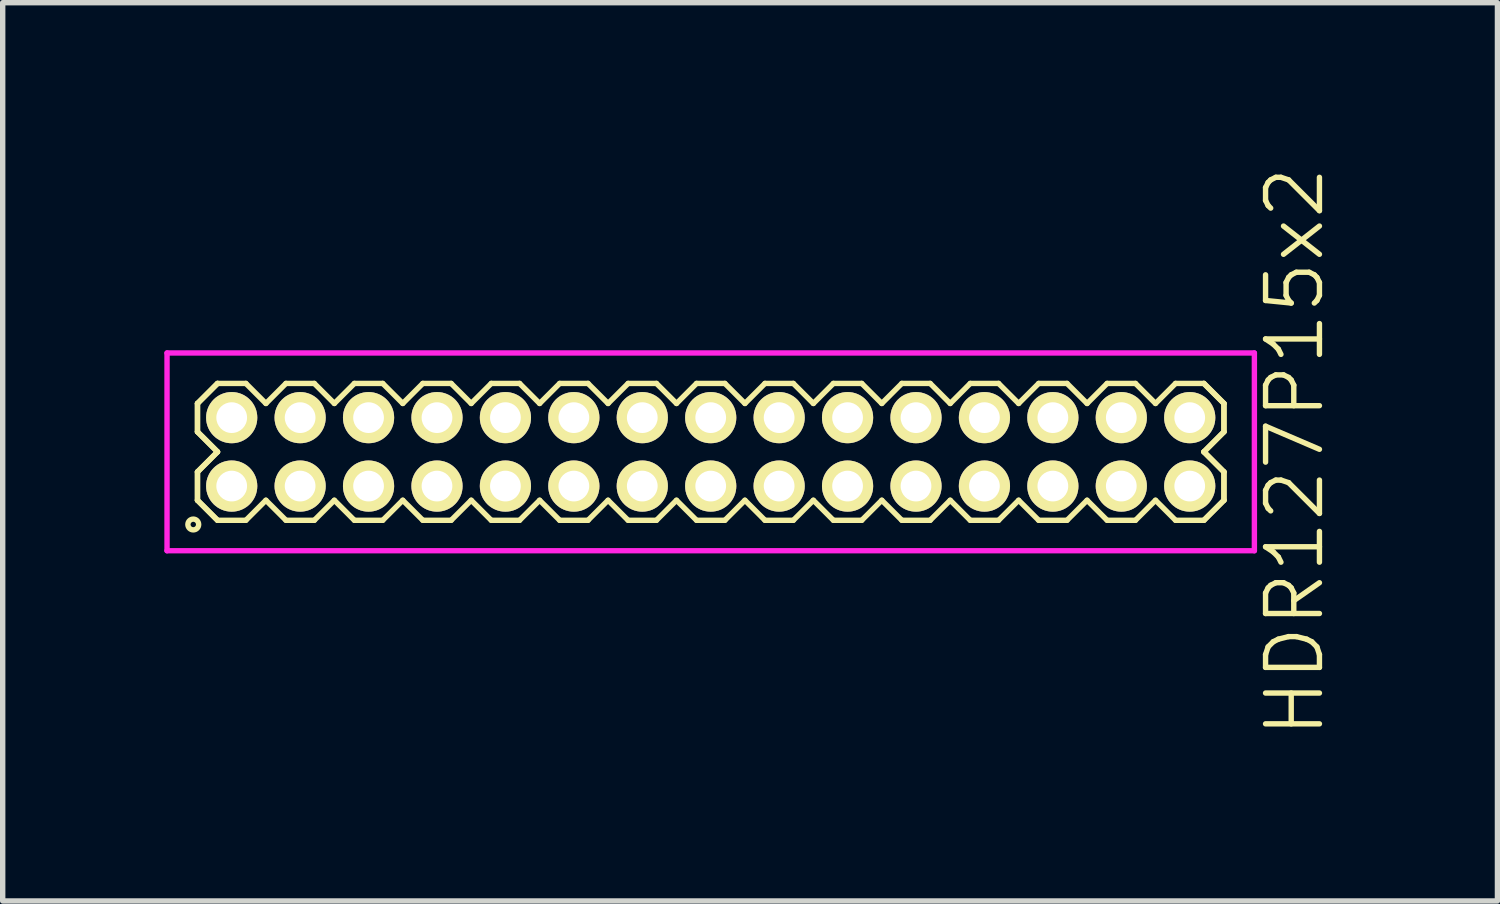
<source format=kicad_pcb>
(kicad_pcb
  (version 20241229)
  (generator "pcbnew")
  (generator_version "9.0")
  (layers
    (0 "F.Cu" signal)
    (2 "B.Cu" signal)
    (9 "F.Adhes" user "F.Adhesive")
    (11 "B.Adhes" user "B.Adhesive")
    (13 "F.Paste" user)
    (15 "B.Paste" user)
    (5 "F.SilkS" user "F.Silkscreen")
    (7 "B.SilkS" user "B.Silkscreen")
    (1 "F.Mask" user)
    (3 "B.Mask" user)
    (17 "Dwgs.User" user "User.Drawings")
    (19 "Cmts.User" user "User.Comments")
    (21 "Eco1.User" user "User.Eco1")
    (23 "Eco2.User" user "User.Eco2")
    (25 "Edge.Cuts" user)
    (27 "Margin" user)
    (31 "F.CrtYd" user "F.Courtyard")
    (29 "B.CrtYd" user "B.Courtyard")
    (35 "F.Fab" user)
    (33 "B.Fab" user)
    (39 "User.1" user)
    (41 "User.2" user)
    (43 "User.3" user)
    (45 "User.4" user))
  (footprint "HDR127P15x2"
    (layer "F.Cu")
    (at 10.14 5.336)
    (property "Reference" "HDR127P15x2" (at 10.84 0 90) (layer "F.SilkS") (effects (font (size 1 1) (thickness 0.1))))
    (attr through_hole)
    (fp_line (start -9.525 -0.898) (end -9.153 -1.27) (stroke (width 0.1) (type solid)) (layer "F.SilkS"))
    (fp_line (start -9.525 -0.898) (end -9.153 -1.27) (stroke (width 0.1) (type solid)) (layer "F.SilkS"))
    (fp_line (start -9.525 -0.372) (end -9.525 -0.898) (stroke (width 0.1) (type solid)) (layer "F.SilkS"))
    (fp_line (start -9.525 -0.372) (end -9.525 -0.898) (stroke (width 0.1) (type solid)) (layer "F.SilkS"))
    (fp_line (start -9.525 0.372) (end -9.153 0) (stroke (width 0.1) (type solid)) (layer "F.SilkS"))
    (fp_line (start -9.525 0.372) (end -9.153 0) (stroke (width 0.1) (type solid)) (layer "F.SilkS"))
    (fp_line (start -9.525 0.898) (end -9.525 0.372) (stroke (width 0.1) (type solid)) (layer "F.SilkS"))
    (fp_line (start -9.525 0.898) (end -9.525 0.372) (stroke (width 0.1) (type solid)) (layer "F.SilkS"))
    (fp_line (start -9.153 -1.27) (end -8.627 -1.27) (stroke (width 0.1) (type solid)) (layer "F.SilkS"))
    (fp_line (start -9.153 0) (end -9.525 -0.372) (stroke (width 0.1) (type solid)) (layer "F.SilkS"))
    (fp_line (start -9.153 0) (end -9.525 -0.372) (stroke (width 0.1) (type solid)) (layer "F.SilkS"))
    (fp_line (start -9.153 1.27) (end -9.525 0.898) (stroke (width 0.1) (type solid)) (layer "F.SilkS"))
    (fp_line (start -9.153 1.27) (end -9.525 0.898) (stroke (width 0.1) (type solid)) (layer "F.SilkS"))
    (fp_line (start -8.627 -1.27) (end -8.255 -0.898) (stroke (width 0.1) (type solid)) (layer "F.SilkS"))
    (fp_line (start -8.627 1.27) (end -9.153 1.27) (stroke (width 0.1) (type solid)) (layer "F.SilkS"))
    (fp_line (start -8.255 -0.898) (end -7.883 -1.27) (stroke (width 0.1) (type solid)) (layer "F.SilkS"))
    (fp_line (start -8.255 0.898) (end -8.627 1.27) (stroke (width 0.1) (type solid)) (layer "F.SilkS"))
    (fp_line (start -7.883 -1.27) (end -7.357 -1.27) (stroke (width 0.1) (type solid)) (layer "F.SilkS"))
    (fp_line (start -7.883 1.27) (end -8.255 0.898) (stroke (width 0.1) (type solid)) (layer "F.SilkS"))
    (fp_line (start -7.357 -1.27) (end -6.985 -0.898) (stroke (width 0.1) (type solid)) (layer "F.SilkS"))
    (fp_line (start -7.357 1.27) (end -7.883 1.27) (stroke (width 0.1) (type solid)) (layer "F.SilkS"))
    (fp_line (start -6.985 -0.898) (end -6.613 -1.27) (stroke (width 0.1) (type solid)) (layer "F.SilkS"))
    (fp_line (start -6.985 0.898) (end -7.357 1.27) (stroke (width 0.1) (type solid)) (layer "F.SilkS"))
    (fp_line (start -6.613 -1.27) (end -6.087 -1.27) (stroke (width 0.1) (type solid)) (layer "F.SilkS"))
    (fp_line (start -6.613 1.27) (end -6.985 0.898) (stroke (width 0.1) (type solid)) (layer "F.SilkS"))
    (fp_line (start -6.087 -1.27) (end -5.715 -0.898) (stroke (width 0.1) (type solid)) (layer "F.SilkS"))
    (fp_line (start -6.087 1.27) (end -6.613 1.27) (stroke (width 0.1) (type solid)) (layer "F.SilkS"))
    (fp_line (start -5.715 -0.898) (end -5.343 -1.27) (stroke (width 0.1) (type solid)) (layer "F.SilkS"))
    (fp_line (start -5.715 0.898) (end -6.087 1.27) (stroke (width 0.1) (type solid)) (layer "F.SilkS"))
    (fp_line (start -5.343 -1.27) (end -4.817 -1.27) (stroke (width 0.1) (type solid)) (layer "F.SilkS"))
    (fp_line (start -5.343 1.27) (end -5.715 0.898) (stroke (width 0.1) (type solid)) (layer "F.SilkS"))
    (fp_line (start -4.817 -1.27) (end -4.445 -0.898) (stroke (width 0.1) (type solid)) (layer "F.SilkS"))
    (fp_line (start -4.817 1.27) (end -5.343 1.27) (stroke (width 0.1) (type solid)) (layer "F.SilkS"))
    (fp_line (start -4.445 -0.898) (end -4.073 -1.27) (stroke (width 0.1) (type solid)) (layer "F.SilkS"))
    (fp_line (start -4.445 0.898) (end -4.817 1.27) (stroke (width 0.1) (type solid)) (layer "F.SilkS"))
    (fp_line (start -4.073 -1.27) (end -3.547 -1.27) (stroke (width 0.1) (type solid)) (layer "F.SilkS"))
    (fp_line (start -4.073 1.27) (end -4.445 0.898) (stroke (width 0.1) (type solid)) (layer "F.SilkS"))
    (fp_line (start -3.547 -1.27) (end -3.175 -0.898) (stroke (width 0.1) (type solid)) (layer "F.SilkS"))
    (fp_line (start -3.547 1.27) (end -4.073 1.27) (stroke (width 0.1) (type solid)) (layer "F.SilkS"))
    (fp_line (start -3.175 -0.898) (end -2.803 -1.27) (stroke (width 0.1) (type solid)) (layer "F.SilkS"))
    (fp_line (start -3.175 0.898) (end -3.547 1.27) (stroke (width 0.1) (type solid)) (layer "F.SilkS"))
    (fp_line (start -2.803 -1.27) (end -2.277 -1.27) (stroke (width 0.1) (type solid)) (layer "F.SilkS"))
    (fp_line (start -2.803 1.27) (end -3.175 0.898) (stroke (width 0.1) (type solid)) (layer "F.SilkS"))
    (fp_line (start -2.277 -1.27) (end -1.905 -0.898) (stroke (width 0.1) (type solid)) (layer "F.SilkS"))
    (fp_line (start -2.277 1.27) (end -2.803 1.27) (stroke (width 0.1) (type solid)) (layer "F.SilkS"))
    (fp_line (start -1.905 -0.898) (end -1.533 -1.27) (stroke (width 0.1) (type solid)) (layer "F.SilkS"))
    (fp_line (start -1.905 0.898) (end -2.277 1.27) (stroke (width 0.1) (type solid)) (layer "F.SilkS"))
    (fp_line (start -1.533 -1.27) (end -1.007 -1.27) (stroke (width 0.1) (type solid)) (layer "F.SilkS"))
    (fp_line (start -1.533 1.27) (end -1.905 0.898) (stroke (width 0.1) (type solid)) (layer "F.SilkS"))
    (fp_line (start -1.007 -1.27) (end -0.635 -0.898) (stroke (width 0.1) (type solid)) (layer "F.SilkS"))
    (fp_line (start -1.007 1.27) (end -1.533 1.27) (stroke (width 0.1) (type solid)) (layer "F.SilkS"))
    (fp_line (start -0.635 -0.898) (end -0.263 -1.27) (stroke (width 0.1) (type solid)) (layer "F.SilkS"))
    (fp_line (start -0.635 0.898) (end -1.007 1.27) (stroke (width 0.1) (type solid)) (layer "F.SilkS"))
    (fp_line (start -0.263 -1.27) (end 0.263 -1.27) (stroke (width 0.1) (type solid)) (layer "F.SilkS"))
    (fp_line (start -0.263 1.27) (end -0.635 0.898) (stroke (width 0.1) (type solid)) (layer "F.SilkS"))
    (fp_line (start 0.263 -1.27) (end 0.635 -0.898) (stroke (width 0.1) (type solid)) (layer "F.SilkS"))
    (fp_line (start 0.263 1.27) (end -0.263 1.27) (stroke (width 0.1) (type solid)) (layer "F.SilkS"))
    (fp_line (start 0.635 -0.898) (end 1.007 -1.27) (stroke (width 0.1) (type solid)) (layer "F.SilkS"))
    (fp_line (start 0.635 0.898) (end 0.263 1.27) (stroke (width 0.1) (type solid)) (layer "F.SilkS"))
    (fp_line (start 1.007 -1.27) (end 1.533 -1.27) (stroke (width 0.1) (type solid)) (layer "F.SilkS"))
    (fp_line (start 1.007 1.27) (end 0.635 0.898) (stroke (width 0.1) (type solid)) (layer "F.SilkS"))
    (fp_line (start 1.533 -1.27) (end 1.905 -0.898) (stroke (width 0.1) (type solid)) (layer "F.SilkS"))
    (fp_line (start 1.533 1.27) (end 1.007 1.27) (stroke (width 0.1) (type solid)) (layer "F.SilkS"))
    (fp_line (start 1.905 -0.898) (end 2.277 -1.27) (stroke (width 0.1) (type solid)) (layer "F.SilkS"))
    (fp_line (start 1.905 0.898) (end 1.533 1.27) (stroke (width 0.1) (type solid)) (layer "F.SilkS"))
    (fp_line (start 2.277 -1.27) (end 2.803 -1.27) (stroke (width 0.1) (type solid)) (layer "F.SilkS"))
    (fp_line (start 2.277 1.27) (end 1.905 0.898) (stroke (width 0.1) (type solid)) (layer "F.SilkS"))
    (fp_line (start 2.803 -1.27) (end 3.175 -0.898) (stroke (width 0.1) (type solid)) (layer "F.SilkS"))
    (fp_line (start 2.803 1.27) (end 2.277 1.27) (stroke (width 0.1) (type solid)) (layer "F.SilkS"))
    (fp_line (start 3.175 -0.898) (end 3.547 -1.27) (stroke (width 0.1) (type solid)) (layer "F.SilkS"))
    (fp_line (start 3.175 0.898) (end 2.803 1.27) (stroke (width 0.1) (type solid)) (layer "F.SilkS"))
    (fp_line (start 3.547 -1.27) (end 4.073 -1.27) (stroke (width 0.1) (type solid)) (layer "F.SilkS"))
    (fp_line (start 3.547 1.27) (end 3.175 0.898) (stroke (width 0.1) (type solid)) (layer "F.SilkS"))
    (fp_line (start 4.073 -1.27) (end 4.445 -0.898) (stroke (width 0.1) (type solid)) (layer "F.SilkS"))
    (fp_line (start 4.073 1.27) (end 3.547 1.27) (stroke (width 0.1) (type solid)) (layer "F.SilkS"))
    (fp_line (start 4.445 -0.898) (end 4.817 -1.27) (stroke (width 0.1) (type solid)) (layer "F.SilkS"))
    (fp_line (start 4.445 0.898) (end 4.073 1.27) (stroke (width 0.1) (type solid)) (layer "F.SilkS"))
    (fp_line (start 4.817 -1.27) (end 5.343 -1.27) (stroke (width 0.1) (type solid)) (layer "F.SilkS"))
    (fp_line (start 4.817 1.27) (end 4.445 0.898) (stroke (width 0.1) (type solid)) (layer "F.SilkS"))
    (fp_line (start 5.343 -1.27) (end 5.715 -0.898) (stroke (width 0.1) (type solid)) (layer "F.SilkS"))
    (fp_line (start 5.343 1.27) (end 4.817 1.27) (stroke (width 0.1) (type solid)) (layer "F.SilkS"))
    (fp_line (start 5.715 -0.898) (end 6.087 -1.27) (stroke (width 0.1) (type solid)) (layer "F.SilkS"))
    (fp_line (start 5.715 0.898) (end 5.343 1.27) (stroke (width 0.1) (type solid)) (layer "F.SilkS"))
    (fp_line (start 6.087 -1.27) (end 6.613 -1.27) (stroke (width 0.1) (type solid)) (layer "F.SilkS"))
    (fp_line (start 6.087 1.27) (end 5.715 0.898) (stroke (width 0.1) (type solid)) (layer "F.SilkS"))
    (fp_line (start 6.613 -1.27) (end 6.985 -0.898) (stroke (width 0.1) (type solid)) (layer "F.SilkS"))
    (fp_line (start 6.613 1.27) (end 6.087 1.27) (stroke (width 0.1) (type solid)) (layer "F.SilkS"))
    (fp_line (start 6.985 -0.898) (end 7.357 -1.27) (stroke (width 0.1) (type solid)) (layer "F.SilkS"))
    (fp_line (start 6.985 0.898) (end 6.613 1.27) (stroke (width 0.1) (type solid)) (layer "F.SilkS"))
    (fp_line (start 7.357 -1.27) (end 7.883 -1.27) (stroke (width 0.1) (type solid)) (layer "F.SilkS"))
    (fp_line (start 7.357 1.27) (end 6.985 0.898) (stroke (width 0.1) (type solid)) (layer "F.SilkS"))
    (fp_line (start 7.883 -1.27) (end 8.255 -0.898) (stroke (width 0.1) (type solid)) (layer "F.SilkS"))
    (fp_line (start 7.883 1.27) (end 7.357 1.27) (stroke (width 0.1) (type solid)) (layer "F.SilkS"))
    (fp_line (start 8.255 -0.898) (end 8.627 -1.27) (stroke (width 0.1) (type solid)) (layer "F.SilkS"))
    (fp_line (start 8.255 0.898) (end 7.883 1.27) (stroke (width 0.1) (type solid)) (layer "F.SilkS"))
    (fp_line (start 8.627 -1.27) (end 9.153 -1.27) (stroke (width 0.1) (type solid)) (layer "F.SilkS"))
    (fp_line (start 8.627 1.27) (end 8.255 0.898) (stroke (width 0.1) (type solid)) (layer "F.SilkS"))
    (fp_line (start 9.153 -1.27) (end 9.525 -0.898) (stroke (width 0.1) (type solid)) (layer "F.SilkS"))
    (fp_line (start 9.153 -1.27) (end 9.525 -0.898) (stroke (width 0.1) (type solid)) (layer "F.SilkS"))
    (fp_line (start 9.153 0) (end 9.525 0.372) (stroke (width 0.1) (type solid)) (layer "F.SilkS"))
    (fp_line (start 9.153 0) (end 9.525 0.372) (stroke (width 0.1) (type solid)) (layer "F.SilkS"))
    (fp_line (start 9.153 1.27) (end 8.627 1.27) (stroke (width 0.1) (type solid)) (layer "F.SilkS"))
    (fp_line (start 9.525 -0.898) (end 9.525 -0.372) (stroke (width 0.1) (type solid)) (layer "F.SilkS"))
    (fp_line (start 9.525 -0.898) (end 9.525 -0.372) (stroke (width 0.1) (type solid)) (layer "F.SilkS"))
    (fp_line (start 9.525 -0.372) (end 9.153 0) (stroke (width 0.1) (type solid)) (layer "F.SilkS"))
    (fp_line (start 9.525 -0.372) (end 9.153 0) (stroke (width 0.1) (type solid)) (layer "F.SilkS"))
    (fp_line (start 9.525 0.372) (end 9.525 0.898) (stroke (width 0.1) (type solid)) (layer "F.SilkS"))
    (fp_line (start 9.525 0.372) (end 9.525 0.898) (stroke (width 0.1) (type solid)) (layer "F.SilkS"))
    (fp_line (start 9.525 0.898) (end 9.153 1.27) (stroke (width 0.1) (type solid)) (layer "F.SilkS"))
    (fp_line (start 9.525 0.898) (end 9.153 1.27) (stroke (width 0.1) (type solid)) (layer "F.SilkS"))
    (fp_circle (center -9.603 1.348) (end -9.503 1.348) (stroke (width 0.1) (type solid)) (fill no) (layer "F.SilkS"))
    (fp_line (start -10.09 -1.835) (end -10.09 1.835) (stroke (width 0.1) (type solid)) (layer "F.CrtYd"))
    (fp_line (start -10.09 1.835) (end 10.09 1.835) (stroke (width 0.1) (type solid)) (layer "F.CrtYd"))
    (fp_line (start 10.09 -1.835) (end -10.09 -1.835) (stroke (width 0.1) (type solid)) (layer "F.CrtYd"))
    (fp_line (start 10.09 1.835) (end 10.09 -1.835) (stroke (width 0.1) (type solid)) (layer "F.CrtYd"))
    (pad "1" thru_hole oval (at -8.89 0.635) (size 0.95 0.95) (drill 0.57) (layers "*.Cu" "*.Mask" "F.SilkS"))
    (pad "2" thru_hole oval (at -8.89 -0.635) (size 0.95 0.95) (drill 0.57) (layers "*.Cu" "*.Mask" "F.SilkS"))
    (pad "3" thru_hole oval (at -7.62 0.635) (size 0.95 0.95) (drill 0.57) (layers "*.Cu" "*.Mask" "F.SilkS"))
    (pad "4" thru_hole oval (at -7.62 -0.635) (size 0.95 0.95) (drill 0.57) (layers "*.Cu" "*.Mask" "F.SilkS"))
    (pad "5" thru_hole oval (at -6.35 0.635) (size 0.95 0.95) (drill 0.57) (layers "*.Cu" "*.Mask" "F.SilkS"))
    (pad "6" thru_hole oval (at -6.35 -0.635) (size 0.95 0.95) (drill 0.57) (layers "*.Cu" "*.Mask" "F.SilkS"))
    (pad "7" thru_hole oval (at -5.08 0.635) (size 0.95 0.95) (drill 0.57) (layers "*.Cu" "*.Mask" "F.SilkS"))
    (pad "8" thru_hole oval (at -5.08 -0.635) (size 0.95 0.95) (drill 0.57) (layers "*.Cu" "*.Mask" "F.SilkS"))
    (pad "9" thru_hole oval (at -3.81 0.635) (size 0.95 0.95) (drill 0.57) (layers "*.Cu" "*.Mask" "F.SilkS"))
    (pad "10" thru_hole oval (at -3.81 -0.635) (size 0.95 0.95) (drill 0.57) (layers "*.Cu" "*.Mask" "F.SilkS"))
    (pad "11" thru_hole oval (at -2.54 0.635) (size 0.95 0.95) (drill 0.57) (layers "*.Cu" "*.Mask" "F.SilkS"))
    (pad "12" thru_hole oval (at -2.54 -0.635) (size 0.95 0.95) (drill 0.57) (layers "*.Cu" "*.Mask" "F.SilkS"))
    (pad "13" thru_hole oval (at -1.27 0.635) (size 0.95 0.95) (drill 0.57) (layers "*.Cu" "*.Mask" "F.SilkS"))
    (pad "14" thru_hole oval (at -1.27 -0.635) (size 0.95 0.95) (drill 0.57) (layers "*.Cu" "*.Mask" "F.SilkS"))
    (pad "15" thru_hole oval (at 0 0.635) (size 0.95 0.95) (drill 0.57) (layers "*.Cu" "*.Mask" "F.SilkS"))
    (pad "16" thru_hole oval (at 0 -0.635) (size 0.95 0.95) (drill 0.57) (layers "*.Cu" "*.Mask" "F.SilkS"))
    (pad "17" thru_hole oval (at 1.27 0.635) (size 0.95 0.95) (drill 0.57) (layers "*.Cu" "*.Mask" "F.SilkS"))
    (pad "18" thru_hole oval (at 1.27 -0.635) (size 0.95 0.95) (drill 0.57) (layers "*.Cu" "*.Mask" "F.SilkS"))
    (pad "19" thru_hole oval (at 2.54 0.635) (size 0.95 0.95) (drill 0.57) (layers "*.Cu" "*.Mask" "F.SilkS"))
    (pad "20" thru_hole oval (at 2.54 -0.635) (size 0.95 0.95) (drill 0.57) (layers "*.Cu" "*.Mask" "F.SilkS"))
    (pad "21" thru_hole oval (at 3.81 0.635) (size 0.95 0.95) (drill 0.57) (layers "*.Cu" "*.Mask" "F.SilkS"))
    (pad "22" thru_hole oval (at 3.81 -0.635) (size 0.95 0.95) (drill 0.57) (layers "*.Cu" "*.Mask" "F.SilkS"))
    (pad "23" thru_hole oval (at 5.08 0.635) (size 0.95 0.95) (drill 0.57) (layers "*.Cu" "*.Mask" "F.SilkS"))
    (pad "24" thru_hole oval (at 5.08 -0.635) (size 0.95 0.95) (drill 0.57) (layers "*.Cu" "*.Mask" "F.SilkS"))
    (pad "25" thru_hole oval (at 6.35 0.635) (size 0.95 0.95) (drill 0.57) (layers "*.Cu" "*.Mask" "F.SilkS"))
    (pad "26" thru_hole oval (at 6.35 -0.635) (size 0.95 0.95) (drill 0.57) (layers "*.Cu" "*.Mask" "F.SilkS"))
    (pad "27" thru_hole oval (at 7.62 0.635) (size 0.95 0.95) (drill 0.57) (layers "*.Cu" "*.Mask" "F.SilkS"))
    (pad "28" thru_hole oval (at 7.62 -0.635) (size 0.95 0.95) (drill 0.57) (layers "*.Cu" "*.Mask" "F.SilkS"))
    (pad "29" thru_hole oval (at 8.89 0.635) (size 0.95 0.95) (drill 0.57) (layers "*.Cu" "*.Mask" "F.SilkS"))
    (pad "30" thru_hole oval (at 8.89 -0.635) (size 0.95 0.95) (drill 0.57) (layers "*.Cu" "*.Mask" "F.SilkS")))
  (gr_rect
    (start -3 -3)
    (end 24.741 13.671)
    (stroke (width 0.1) (type default))
    (fill no)
    (layer "Edge.Cuts")))
</source>
